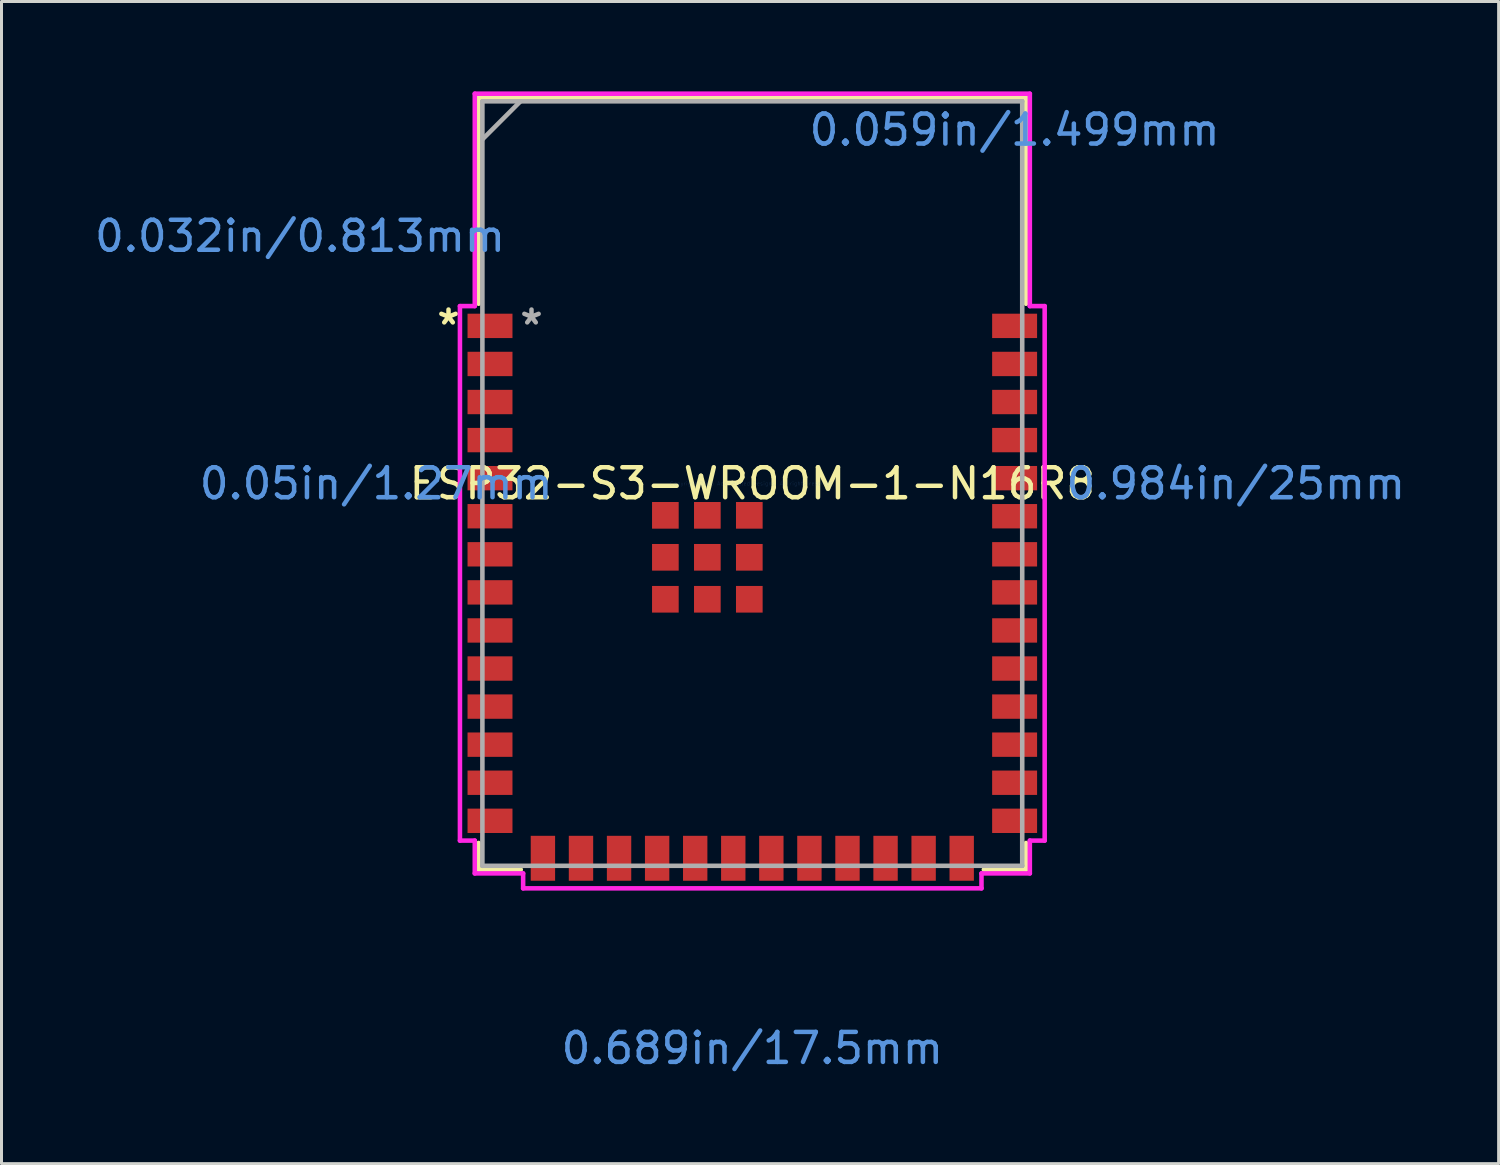
<source format=kicad_pcb>
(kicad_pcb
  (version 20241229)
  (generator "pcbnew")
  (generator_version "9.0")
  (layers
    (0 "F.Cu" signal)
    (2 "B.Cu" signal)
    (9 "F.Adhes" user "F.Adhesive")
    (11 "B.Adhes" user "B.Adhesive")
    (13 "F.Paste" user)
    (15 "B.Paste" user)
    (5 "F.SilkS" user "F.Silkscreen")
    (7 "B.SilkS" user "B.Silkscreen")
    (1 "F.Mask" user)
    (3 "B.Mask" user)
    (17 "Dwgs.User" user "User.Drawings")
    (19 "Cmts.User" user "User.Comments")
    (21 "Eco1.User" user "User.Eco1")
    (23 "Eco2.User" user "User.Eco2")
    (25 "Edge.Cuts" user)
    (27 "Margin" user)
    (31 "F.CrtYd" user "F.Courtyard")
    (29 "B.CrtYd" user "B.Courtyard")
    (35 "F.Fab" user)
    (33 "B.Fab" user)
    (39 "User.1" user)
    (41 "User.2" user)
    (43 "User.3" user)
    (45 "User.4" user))
  (footprint "ESP32-S3-WROOM-1-N16R8"
    (layer "F.Cu")
    (at 22.046 13.081)
    (property "Reference" "ESP32-S3-WROOM-1-N16R8" (at 0 0 0) (layer "F.SilkS") (effects (font (size 1 1) (thickness 0.15))))
    (attr through_hole)
    (fp_line (start -9.131 -12.878) (end -9.131 -5.999) (stroke (width 0.152) (type solid)) (layer "F.SilkS"))
    (fp_line (start -9.131 11.989) (end -9.131 12.878) (stroke (width 0.152) (type solid)) (layer "F.SilkS"))
    (fp_line (start -9.131 12.878) (end -7.724 12.878) (stroke (width 0.152) (type solid)) (layer "F.SilkS"))
    (fp_line (start 7.724 12.878) (end 9.131 12.878) (stroke (width 0.152) (type solid)) (layer "F.SilkS"))
    (fp_line (start 9.131 -12.878) (end -9.131 -12.878) (stroke (width 0.152) (type solid)) (layer "F.SilkS"))
    (fp_line (start 9.131 -5.999) (end 9.131 -12.878) (stroke (width 0.152) (type solid)) (layer "F.SilkS"))
    (fp_line (start 9.131 12.878) (end 9.131 11.989) (stroke (width 0.152) (type solid)) (layer "F.SilkS"))
    (fp_line (start -9.753 -5.92) (end -9.753 11.91) (stroke (width 0.152) (type solid)) (layer "F.CrtYd"))
    (fp_line (start -9.753 11.91) (end -9.258 11.91) (stroke (width 0.152) (type solid)) (layer "F.CrtYd"))
    (fp_line (start -9.258 -13.005) (end -9.258 -5.92) (stroke (width 0.152) (type solid)) (layer "F.CrtYd"))
    (fp_line (start -9.258 -5.92) (end -9.753 -5.92) (stroke (width 0.152) (type solid)) (layer "F.CrtYd"))
    (fp_line (start -9.258 11.91) (end -9.258 13.005) (stroke (width 0.152) (type solid)) (layer "F.CrtYd"))
    (fp_line (start -9.258 13.005) (end -7.645 13.005) (stroke (width 0.152) (type solid)) (layer "F.CrtYd"))
    (fp_line (start -7.645 13.005) (end -7.645 13.503) (stroke (width 0.152) (type solid)) (layer "F.CrtYd"))
    (fp_line (start -7.645 13.503) (end 7.645 13.503) (stroke (width 0.152) (type solid)) (layer "F.CrtYd"))
    (fp_line (start 7.645 13.005) (end 9.258 13.005) (stroke (width 0.152) (type solid)) (layer "F.CrtYd"))
    (fp_line (start 7.645 13.503) (end 7.645 13.005) (stroke (width 0.152) (type solid)) (layer "F.CrtYd"))
    (fp_line (start 9.258 -13.005) (end -9.258 -13.005) (stroke (width 0.152) (type solid)) (layer "F.CrtYd"))
    (fp_line (start 9.258 -5.92) (end 9.258 -13.005) (stroke (width 0.152) (type solid)) (layer "F.CrtYd"))
    (fp_line (start 9.258 11.91) (end 9.753 11.91) (stroke (width 0.152) (type solid)) (layer "F.CrtYd"))
    (fp_line (start 9.258 13.005) (end 9.258 11.91) (stroke (width 0.152) (type solid)) (layer "F.CrtYd"))
    (fp_line (start 9.753 -5.92) (end 9.258 -5.92) (stroke (width 0.152) (type solid)) (layer "F.CrtYd"))
    (fp_line (start 9.753 11.91) (end 9.753 -5.92) (stroke (width 0.152) (type solid)) (layer "F.CrtYd"))
    (fp_line (start -9.004 -12.751) (end -9.004 12.751) (stroke (width 0.152) (type solid)) (layer "F.Fab"))
    (fp_line (start -9.004 -11.481) (end -7.734 -12.751) (stroke (width 0.152) (type solid)) (layer "F.Fab"))
    (fp_line (start -9.004 12.751) (end 9.004 12.751) (stroke (width 0.152) (type solid)) (layer "F.Fab"))
    (fp_line (start 9.004 -12.751) (end -9.004 -12.751) (stroke (width 0.152) (type solid)) (layer "F.Fab"))
    (fp_line (start 9.004 12.751) (end 9.004 -12.751) (stroke (width 0.152) (type solid)) (layer "F.Fab"))
    (fp_text user "*" (at -10.134 -5.26 0) (layer "F.SilkS") (effects (font (size 1 1) (thickness 0.15))))
    (fp_text user "0.984in/25mm" (at 16.129 0 0) (layer "Cmts.User") (effects (font (size 1 1) (thickness 0.15))))
    (fp_text user "0.05in/1.27mm" (at -12.547 0 0) (layer "Cmts.User") (effects (font (size 1 1) (thickness 0.15))))
    (fp_text user "0.059in/1.499mm" (at 8.75 -11.798 0) (layer "Cmts.User") (effects (font (size 1 1) (thickness 0.15))))
    (fp_text user "0.689in/17.5mm" (at 0 18.837 0) (layer "Cmts.User") (effects (font (size 1 1) (thickness 0.15))))
    (fp_text user "0.032in/0.813mm" (at -15.087 -8.255 0) (layer "Cmts.User") (effects (font (size 1 1) (thickness 0.15))))
    (fp_text user "Copyright 2016 Accelerated Designs. All rights reserved." (at 0 0 0) (layer "Cmts.User") (effects (font (size 0.127 0.127) (thickness 0.002))))
    (fp_text user "*" (at -7.366 -5.26 0) (layer "F.Fab") (effects (font (size 1 1) (thickness 0.15))))
    (pad "1" smd rect (at -8.75 -5.26) (size 1.499 0.813) (layers "F.Cu" "F.Mask" "F.Paste"))
    (pad "2" smd rect (at -8.75 -3.99) (size 1.499 0.813) (layers "F.Cu" "F.Mask" "F.Paste"))
    (pad "3" smd rect (at -8.75 -2.72) (size 1.499 0.813) (layers "F.Cu" "F.Mask" "F.Paste"))
    (pad "4" smd rect (at -8.75 -1.45) (size 1.499 0.813) (layers "F.Cu" "F.Mask" "F.Paste"))
    (pad "5" smd rect (at -8.75 -0.18) (size 1.499 0.813) (layers "F.Cu" "F.Mask" "F.Paste"))
    (pad "6" smd rect (at -8.75 1.09) (size 1.499 0.813) (layers "F.Cu" "F.Mask" "F.Paste"))
    (pad "7" smd rect (at -8.75 2.36) (size 1.499 0.813) (layers "F.Cu" "F.Mask" "F.Paste"))
    (pad "8" smd rect (at -8.75 3.63) (size 1.499 0.813) (layers "F.Cu" "F.Mask" "F.Paste"))
    (pad "9" smd rect (at -8.75 4.9) (size 1.499 0.813) (layers "F.Cu" "F.Mask" "F.Paste"))
    (pad "10" smd rect (at -8.75 6.17) (size 1.499 0.813) (layers "F.Cu" "F.Mask" "F.Paste"))
    (pad "11" smd rect (at -8.75 7.44) (size 1.499 0.813) (layers "F.Cu" "F.Mask" "F.Paste"))
    (pad "12" smd rect (at -8.75 8.71) (size 1.499 0.813) (layers "F.Cu" "F.Mask" "F.Paste"))
    (pad "13" smd rect (at -8.75 9.98) (size 1.499 0.813) (layers "F.Cu" "F.Mask" "F.Paste"))
    (pad "14" smd rect (at -8.75 11.25) (size 1.499 0.813) (layers "F.Cu" "F.Mask" "F.Paste"))
    (pad "15" smd rect (at -6.985 12.5 90) (size 1.499 0.813) (layers "F.Cu" "F.Mask" "F.Paste"))
    (pad "16" smd rect (at -5.715 12.5 90) (size 1.499 0.813) (layers "F.Cu" "F.Mask" "F.Paste"))
    (pad "17" smd rect (at -4.445 12.5 90) (size 1.499 0.813) (layers "F.Cu" "F.Mask" "F.Paste"))
    (pad "18" smd rect (at -3.175 12.5 90) (size 1.499 0.813) (layers "F.Cu" "F.Mask" "F.Paste"))
    (pad "19" smd rect (at -1.905 12.5 90) (size 1.499 0.813) (layers "F.Cu" "F.Mask" "F.Paste"))
    (pad "20" smd rect (at -0.635 12.5 90) (size 1.499 0.813) (layers "F.Cu" "F.Mask" "F.Paste"))
    (pad "21" smd rect (at 0.635 12.5 90) (size 1.499 0.813) (layers "F.Cu" "F.Mask" "F.Paste"))
    (pad "22" smd rect (at 1.905 12.5 90) (size 1.499 0.813) (layers "F.Cu" "F.Mask" "F.Paste"))
    (pad "23" smd rect (at 3.175 12.5 90) (size 1.499 0.813) (layers "F.Cu" "F.Mask" "F.Paste"))
    (pad "24" smd rect (at 4.445 12.5 90) (size 1.499 0.813) (layers "F.Cu" "F.Mask" "F.Paste"))
    (pad "25" smd rect (at 5.715 12.5 90) (size 1.499 0.813) (layers "F.Cu" "F.Mask" "F.Paste"))
    (pad "26" smd rect (at 6.985 12.5 90) (size 1.499 0.813) (layers "F.Cu" "F.Mask" "F.Paste"))
    (pad "27" smd rect (at 8.75 11.25) (size 1.499 0.813) (layers "F.Cu" "F.Mask" "F.Paste"))
    (pad "28" smd rect (at 8.75 9.98) (size 1.499 0.813) (layers "F.Cu" "F.Mask" "F.Paste"))
    (pad "29" smd rect (at 8.75 8.71) (size 1.499 0.813) (layers "F.Cu" "F.Mask" "F.Paste"))
    (pad "30" smd rect (at 8.75 7.44) (size 1.499 0.813) (layers "F.Cu" "F.Mask" "F.Paste"))
    (pad "31" smd rect (at 8.75 6.17) (size 1.499 0.813) (layers "F.Cu" "F.Mask" "F.Paste"))
    (pad "32" smd rect (at 8.75 4.9) (size 1.499 0.813) (layers "F.Cu" "F.Mask" "F.Paste"))
    (pad "33" smd rect (at 8.75 3.63) (size 1.499 0.813) (layers "F.Cu" "F.Mask" "F.Paste"))
    (pad "34" smd rect (at 8.75 2.36) (size 1.499 0.813) (layers "F.Cu" "F.Mask" "F.Paste"))
    (pad "35" smd rect (at 8.75 1.09) (size 1.499 0.813) (layers "F.Cu" "F.Mask" "F.Paste"))
    (pad "36" smd rect (at 8.75 -0.18) (size 1.499 0.813) (layers "F.Cu" "F.Mask" "F.Paste"))
    (pad "37" smd rect (at 8.75 -1.45) (size 1.499 0.813) (layers "F.Cu" "F.Mask" "F.Paste"))
    (pad "38" smd rect (at 8.75 -2.72) (size 1.499 0.813) (layers "F.Cu" "F.Mask" "F.Paste"))
    (pad "39" smd rect (at 8.75 -3.99) (size 1.499 0.813) (layers "F.Cu" "F.Mask" "F.Paste"))
    (pad "40" smd rect (at 8.75 -5.26) (size 1.499 0.813) (layers "F.Cu" "F.Mask" "F.Paste"))
    (pad "41" smd rect (at -1.5 2.46) (size 0.889 0.889) (layers "F.Cu" "F.Mask" "F.Paste"))
    (pad "42" smd rect (at -2.9 1.06) (size 0.889 0.889) (layers "F.Cu" "F.Mask" "F.Paste"))
    (pad "43" smd rect (at -2.9 2.46) (size 0.889 0.889) (layers "F.Cu" "F.Mask" "F.Paste"))
    (pad "44" smd rect (at -2.9 3.86) (size 0.889 0.889) (layers "F.Cu" "F.Mask" "F.Paste"))
    (pad "45" smd rect (at -1.5 3.86) (size 0.889 0.889) (layers "F.Cu" "F.Mask" "F.Paste"))
    (pad "46" smd rect (at -0.1 3.86) (size 0.889 0.889) (layers "F.Cu" "F.Mask" "F.Paste"))
    (pad "47" smd rect (at -0.1 2.46) (size 0.889 0.889) (layers "F.Cu" "F.Mask" "F.Paste"))
    (pad "48" smd rect (at -0.1 1.06) (size 0.889 0.889) (layers "F.Cu" "F.Mask" "F.Paste"))
    (pad "49" smd rect (at -1.5 1.06) (size 0.889 0.889) (layers "F.Cu" "F.Mask" "F.Paste")))
  (gr_rect
    (start -3 -3)
    (end 46.942 35.767)
    (stroke (width 0.1) (type default))
    (fill no)
    (layer "Edge.Cuts")))
</source>
